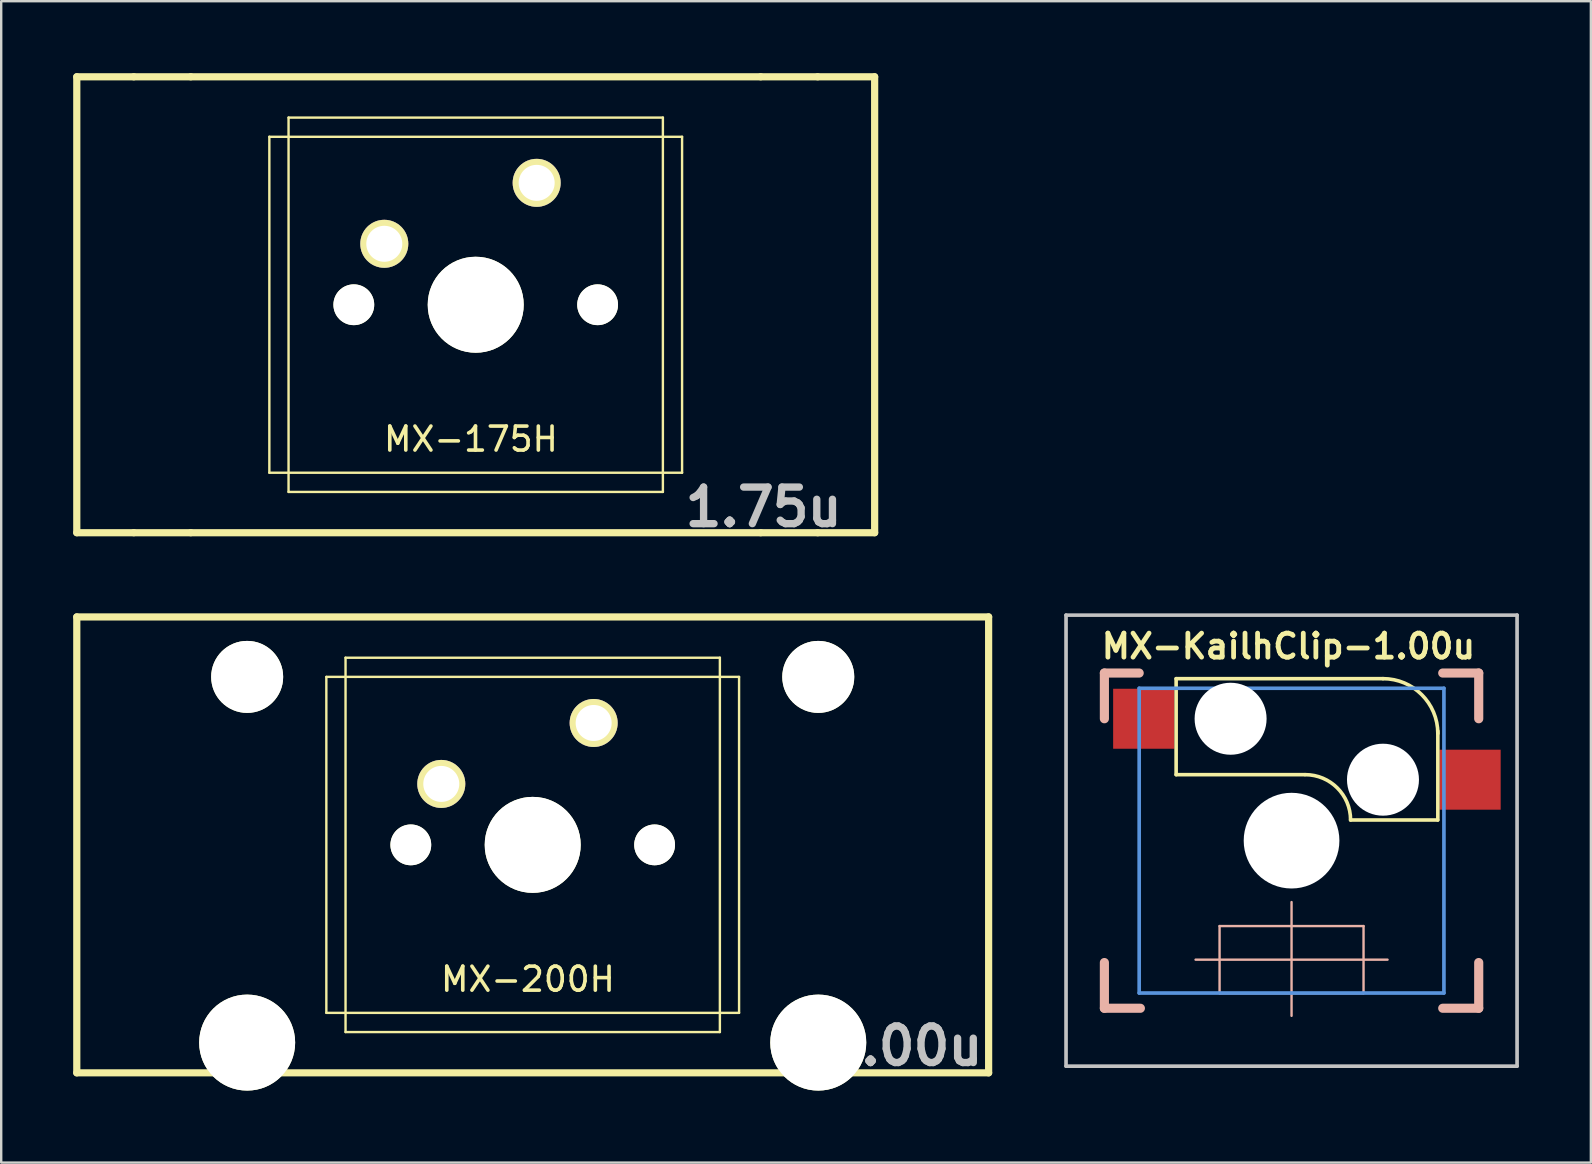
<source format=kicad_pcb>
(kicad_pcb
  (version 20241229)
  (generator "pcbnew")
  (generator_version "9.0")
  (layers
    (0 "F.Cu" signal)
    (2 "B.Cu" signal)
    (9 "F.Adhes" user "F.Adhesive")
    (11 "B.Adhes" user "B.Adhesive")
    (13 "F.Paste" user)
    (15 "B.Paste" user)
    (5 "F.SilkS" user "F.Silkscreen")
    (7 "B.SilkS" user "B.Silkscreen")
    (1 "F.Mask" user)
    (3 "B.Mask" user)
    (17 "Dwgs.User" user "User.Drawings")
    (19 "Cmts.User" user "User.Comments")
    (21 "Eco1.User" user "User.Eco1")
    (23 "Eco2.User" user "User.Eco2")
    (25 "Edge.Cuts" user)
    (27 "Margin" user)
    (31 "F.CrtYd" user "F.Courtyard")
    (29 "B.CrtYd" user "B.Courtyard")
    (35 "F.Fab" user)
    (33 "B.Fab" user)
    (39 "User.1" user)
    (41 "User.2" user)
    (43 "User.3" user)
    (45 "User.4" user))
  (footprint "MX-175H"
    (layer "F.Cu")
    (at 16.775 9.65)
    (property "Reference" "MX-175H" (at -0.2 5.6 0) (layer "F.SilkS") (effects (font (size 1 1) (thickness 0.15))))
    (attr through_hole)
    (fp_line (start -16.625 -9.5) (end -14.25 -9.5) (stroke (width 0.3) (type solid)) (layer "F.SilkS"))
    (fp_line (start -16.625 9.5) (end -16.625 -9.5) (stroke (width 0.3) (type solid)) (layer "F.SilkS"))
    (fp_line (start -14.25 9.5) (end -16.625 9.5) (stroke (width 0.3) (type solid)) (layer "F.SilkS"))
    (fp_line (start -14.25 9.5) (end -11.875 9.5) (stroke (width 0.3) (type solid)) (layer "F.SilkS"))
    (fp_line (start -11.875 -9.5) (end -14.25 -9.5) (stroke (width 0.3) (type solid)) (layer "F.SilkS"))
    (fp_line (start -11.875 -9.5) (end 11.875 -9.5) (stroke (width 0.3) (type solid)) (layer "F.SilkS"))
    (fp_line (start -8.6 -7) (end -8.6 7) (stroke (width 0.1) (type solid)) (layer "F.SilkS"))
    (fp_line (start -8.6 7) (end 8.6 7) (stroke (width 0.1) (type solid)) (layer "F.SilkS"))
    (fp_line (start -7.8 -7.8) (end -7.8 7.8) (stroke (width 0.1) (type solid)) (layer "F.SilkS"))
    (fp_line (start -7.8 -7.8) (end 7.8 -7.8) (stroke (width 0.1) (type solid)) (layer "F.SilkS"))
    (fp_line (start -7.8 7.8) (end 7.8 7.8) (stroke (width 0.1) (type solid)) (layer "F.SilkS"))
    (fp_line (start 7.8 7.8) (end 7.8 -7.8) (stroke (width 0.1) (type solid)) (layer "F.SilkS"))
    (fp_line (start 8.6 -7) (end -8.6 -7) (stroke (width 0.1) (type solid)) (layer "F.SilkS"))
    (fp_line (start 8.6 -7) (end 8.6 7) (stroke (width 0.1) (type solid)) (layer "F.SilkS"))
    (fp_line (start 11.875 9.5) (end -11.875 9.5) (stroke (width 0.3) (type solid)) (layer "F.SilkS"))
    (fp_line (start 11.875 9.5) (end 14.25 9.5) (stroke (width 0.3) (type solid)) (layer "F.SilkS"))
    (fp_line (start 14.25 -9.5) (end 11.875 -9.5) (stroke (width 0.3) (type solid)) (layer "F.SilkS"))
    (fp_line (start 14.25 -9.5) (end 16.625 -9.5) (stroke (width 0.3) (type solid)) (layer "F.SilkS"))
    (fp_line (start 16.625 -9.5) (end 16.625 9.5) (stroke (width 0.3) (type solid)) (layer "F.SilkS"))
    (fp_line (start 16.625 9.5) (end 14.25 9.5) (stroke (width 0.3) (type solid)) (layer "F.SilkS"))
    (fp_line (start -7.75 -6.4) (end 7.75 -6.4) (stroke (width 0.1) (type solid)) (layer "Eco1.User"))
    (fp_line (start -7.75 6.4) (end -7.75 -6.4) (stroke (width 0.1) (type solid)) (layer "Eco1.User"))
    (fp_line (start 7.75 -6.4) (end 7.75 6.4) (stroke (width 0.1) (type solid)) (layer "Eco1.User"))
    (fp_line (start 7.75 6.4) (end -7.75 6.4) (stroke (width 0.1) (type solid)) (layer "Eco1.User"))
    (fp_line (start -7 -7) (end 7 -7) (stroke (width 0.1) (type solid)) (layer "Eco2.User"))
    (fp_line (start -7 7) (end -7 -7) (stroke (width 0.1) (type solid)) (layer "Eco2.User"))
    (fp_line (start 7 -7) (end 7 7) (stroke (width 0.1) (type solid)) (layer "Eco2.User"))
    (fp_line (start 7 7) (end -7 7) (stroke (width 0.1) (type solid)) (layer "Eco2.User"))
    (fp_text user "1.75u" (at 12 8.433 0) (layer "Dwgs.User") (effects (font (size 1.524 1.524) (thickness 0.305))))
    (pad "" np_thru_hole circle (at -5.08 0) (size 1.7 1.7) (drill 1.7) (layers "*.Cu" "*.Mask" "F.SilkS"))
    (pad "" np_thru_hole circle (at 0 0) (size 4 4) (drill 4) (layers "*.Cu" "*.Mask" "F.SilkS"))
    (pad "" np_thru_hole circle (at 5.08 0) (size 1.7 1.7) (drill 1.7) (layers "*.Cu" "*.Mask" "F.SilkS"))
    (pad "1" thru_hole circle (at 2.54 -5.08 86) (size 2 2) (drill 1.5) (layers "*.Cu" "*.Mask" "F.SilkS"))
    (pad "2" thru_hole circle (at -3.81 -2.54) (size 2 2) (drill oval 1.5) (layers "*.Cu" "*.Mask" "F.SilkS")))
  (footprint "MX-KailhClip-1.00u"
    (layer "F.Cu")
    (at 50.774 31.983)
    (property "Reference" "MX-KailhClip-1.00u" (at -0.13 -8.1 0) (layer "F.SilkS") (effects (font (size 1 1) (thickness 0.2))))
    (attr through_hole)
    (fp_line (start -4.81 -6.75) (end -4.81 -2.75) (stroke (width 0.15) (type solid)) (layer "F.SilkS"))
    (fp_line (start -4.81 -6.75) (end 3.81 -6.75) (stroke (width 0.15) (type solid)) (layer "F.SilkS"))
    (fp_line (start -4.81 -2.75) (end 0.55 -2.75) (stroke (width 0.15) (type solid)) (layer "F.SilkS"))
    (fp_line (start 6.088 -0.86) (end 2.46 -0.86) (stroke (width 0.15) (type solid)) (layer "F.SilkS"))
    (fp_line (start 6.096 -4.572) (end 6.096 -0.86) (stroke (width 0.15) (type solid)) (layer "F.SilkS"))
    (fp_arc (start 0.57 -2.75) (mid 1.906432 -2.196432) (end 2.46 -0.86) (stroke (width 0.15) (type solid)) (layer "F.SilkS"))
    (fp_arc (start 3.81 -6.751) (mid 5.426446 -6.081446) (end 6.096 -4.465) (stroke (width 0.15) (type solid)) (layer "F.SilkS"))
    (fp_line (start -7.8 -6.985) (end -6.35 -6.985) (stroke (width 0.381) (type solid)) (layer "B.SilkS"))
    (fp_line (start -7.8 -5.08) (end -7.8 -6.985) (stroke (width 0.381) (type solid)) (layer "B.SilkS"))
    (fp_line (start -7.8 6.985) (end -7.8 5.08) (stroke (width 0.381) (type solid)) (layer "B.SilkS"))
    (fp_line (start -6.3 6.985) (end -7.8 6.985) (stroke (width 0.381) (type solid)) (layer "B.SilkS"))
    (fp_line (start -4 4.96) (end 4 4.96) (stroke (width 0.1) (type solid)) (layer "B.SilkS"))
    (fp_line (start -3 3.56) (end -3 6.36) (stroke (width 0.1) (type solid)) (layer "B.SilkS"))
    (fp_line (start -3 3.56) (end 3 3.56) (stroke (width 0.1) (type solid)) (layer "B.SilkS"))
    (fp_line (start 0 2.56) (end 0 7.3) (stroke (width 0.1) (type solid)) (layer "B.SilkS"))
    (fp_line (start 3 3.56) (end 3 6.36) (stroke (width 0.1) (type solid)) (layer "B.SilkS"))
    (fp_line (start 3 6.36) (end -3 6.36) (stroke (width 0.1) (type solid)) (layer "B.SilkS"))
    (fp_line (start 6.3 -6.985) (end 7.8 -6.985) (stroke (width 0.381) (type solid)) (layer "B.SilkS"))
    (fp_line (start 7.8 -6.985) (end 7.8 -5.08) (stroke (width 0.381) (type solid)) (layer "B.SilkS"))
    (fp_line (start 7.8 5.08) (end 7.8 6.985) (stroke (width 0.381) (type solid)) (layer "B.SilkS"))
    (fp_line (start 7.8 6.985) (end 6.3 6.985) (stroke (width 0.381) (type solid)) (layer "B.SilkS"))
    (fp_line (start -9.398 -9.398) (end 9.398 -9.398) (stroke (width 0.152) (type solid)) (layer "Dwgs.User"))
    (fp_line (start -9.398 9.398) (end -9.398 -9.398) (stroke (width 0.152) (type solid)) (layer "Dwgs.User"))
    (fp_line (start 9.398 -9.398) (end 9.398 9.398) (stroke (width 0.152) (type solid)) (layer "Dwgs.User"))
    (fp_line (start 9.398 9.398) (end -9.398 9.398) (stroke (width 0.152) (type solid)) (layer "Dwgs.User"))
    (fp_line (start -6.35 -6.35) (end 6.35 -6.35) (stroke (width 0.152) (type solid)) (layer "Cmts.User"))
    (fp_line (start -6.35 6.35) (end -6.35 -6.35) (stroke (width 0.152) (type solid)) (layer "Cmts.User"))
    (fp_line (start 6.35 -6.35) (end 6.35 6.35) (stroke (width 0.152) (type solid)) (layer "Cmts.User"))
    (fp_line (start 6.35 6.35) (end -6.35 6.35) (stroke (width 0.152) (type solid)) (layer "Cmts.User"))
    (fp_line (start -7.8 -6.985) (end 7.8 -6.985) (stroke (width 0.152) (type solid)) (layer "Eco1.User"))
    (fp_line (start -7.8 6.985) (end -7.8 -6.985) (stroke (width 0.152) (type solid)) (layer "Eco1.User"))
    (fp_line (start 7.8 -6.985) (end 7.8 6.985) (stroke (width 0.152) (type solid)) (layer "Eco1.User"))
    (fp_line (start 7.8 6.985) (end -7.8 6.985) (stroke (width 0.152) (type solid)) (layer "Eco1.User"))
    (pad "" np_thru_hole circle (at -2.54 -5.08) (size 3 3) (drill 3) (layers "*.Cu" "*.Mask"))
    (pad "" np_thru_hole circle (at 0 0) (size 3.988 3.988) (drill 3.988) (layers "*.Cu" "*.Mask"))
    (pad "" np_thru_hole circle (at 3.81 -2.54) (size 3 3) (drill 3) (layers "*.Cu" "*.Mask"))
    (pad "1" smd rect (at -6.16 -5.08) (size 2.55 2.5) (layers "F.Cu" "F.Mask" "F.Paste"))
    (pad "2" smd rect (at 7.44 -2.54) (size 2.55 2.5) (layers "F.Cu" "F.Mask" "F.Paste")))
  (footprint "MX-200H"
    (layer "F.Cu")
    (at 19.15 32.159)
    (property "Reference" "MX-200H" (at -0.2 5.6 0) (layer "F.SilkS") (effects (font (size 1 1) (thickness 0.15))))
    (attr through_hole)
    (fp_line (start -19 -9.5) (end 19 -9.5) (stroke (width 0.3) (type solid)) (layer "F.SilkS"))
    (fp_line (start -19 9.5) (end -19 -9.5) (stroke (width 0.3) (type solid)) (layer "F.SilkS"))
    (fp_line (start -19 9.5) (end 19 9.5) (stroke (width 0.3) (type solid)) (layer "F.SilkS"))
    (fp_line (start -8.6 -7) (end -8.6 7) (stroke (width 0.1) (type solid)) (layer "F.SilkS"))
    (fp_line (start -8.6 7) (end 8.6 7) (stroke (width 0.1) (type solid)) (layer "F.SilkS"))
    (fp_line (start -7.8 -7.8) (end -7.8 7.8) (stroke (width 0.1) (type solid)) (layer "F.SilkS"))
    (fp_line (start -7.8 -7.8) (end 7.8 -7.8) (stroke (width 0.1) (type solid)) (layer "F.SilkS"))
    (fp_line (start -7.8 7.8) (end 7.8 7.8) (stroke (width 0.1) (type solid)) (layer "F.SilkS"))
    (fp_line (start 7.8 7.8) (end 7.8 -7.8) (stroke (width 0.1) (type solid)) (layer "F.SilkS"))
    (fp_line (start 8.6 -7) (end -8.6 -7) (stroke (width 0.1) (type solid)) (layer "F.SilkS"))
    (fp_line (start 8.6 -7) (end 8.6 7) (stroke (width 0.1) (type solid)) (layer "F.SilkS"))
    (fp_line (start 19 -9.5) (end 19 9.5) (stroke (width 0.3) (type solid)) (layer "F.SilkS"))
    (fp_line (start -7.75 -6.4) (end 7.75 -6.4) (stroke (width 0.1) (type solid)) (layer "Eco1.User"))
    (fp_line (start -7.75 6.4) (end -7.75 -6.4) (stroke (width 0.1) (type solid)) (layer "Eco1.User"))
    (fp_line (start 7.75 -6.4) (end 7.75 6.4) (stroke (width 0.1) (type solid)) (layer "Eco1.User"))
    (fp_line (start 7.75 6.4) (end -7.75 6.4) (stroke (width 0.1) (type solid)) (layer "Eco1.User"))
    (fp_line (start -7 -7) (end 7 -7) (stroke (width 0.1) (type solid)) (layer "Eco2.User"))
    (fp_line (start -7 7) (end -7 -7) (stroke (width 0.1) (type solid)) (layer "Eco2.User"))
    (fp_line (start 7 -7) (end 7 7) (stroke (width 0.1) (type solid)) (layer "Eco2.User"))
    (fp_line (start 7 7) (end -7 7) (stroke (width 0.1) (type solid)) (layer "Eco2.User"))
    (fp_text user "2.00u" (at 15.494 8.382 0) (layer "Dwgs.User") (effects (font (size 1.524 1.524) (thickness 0.305))))
    (pad "" np_thru_hole circle (at -11.9 -7) (size 3 3) (drill 3) (layers "*.Cu" "*.Mask" "F.SilkS"))
    (pad "" np_thru_hole circle (at -11.9 8.24) (size 4 4) (drill 4) (layers "*.Cu" "*.Mask" "F.SilkS"))
    (pad "" np_thru_hole circle (at -5.08 0) (size 1.7 1.7) (drill 1.7) (layers "*.Cu" "*.Mask" "F.SilkS"))
    (pad "" np_thru_hole circle (at 0 0) (size 4 4) (drill 4) (layers "*.Cu" "*.Mask" "F.SilkS"))
    (pad "" np_thru_hole circle (at 5.08 0) (size 1.7 1.7) (drill 1.7) (layers "*.Cu" "*.Mask" "F.SilkS"))
    (pad "" np_thru_hole circle (at 11.9 -7) (size 3 3) (drill 3) (layers "*.Cu" "*.Mask" "F.SilkS"))
    (pad "" np_thru_hole circle (at 11.9 8.24) (size 4 4) (drill 4) (layers "*.Cu" "*.Mask" "F.SilkS"))
    (pad "1" thru_hole circle (at 2.54 -5.08 86) (size 2 2) (drill 1.5) (layers "*.Cu" "*.Mask" "F.SilkS"))
    (pad "2" thru_hole circle (at -3.81 -2.54) (size 2 2) (drill oval 1.5) (layers "*.Cu" "*.Mask" "F.SilkS")))
  (gr_rect
    (start -3 -3)
    (end 63.248 45.399)
    (stroke (width 0.1) (type default))
    (fill no)
    (layer "Edge.Cuts")))
</source>
